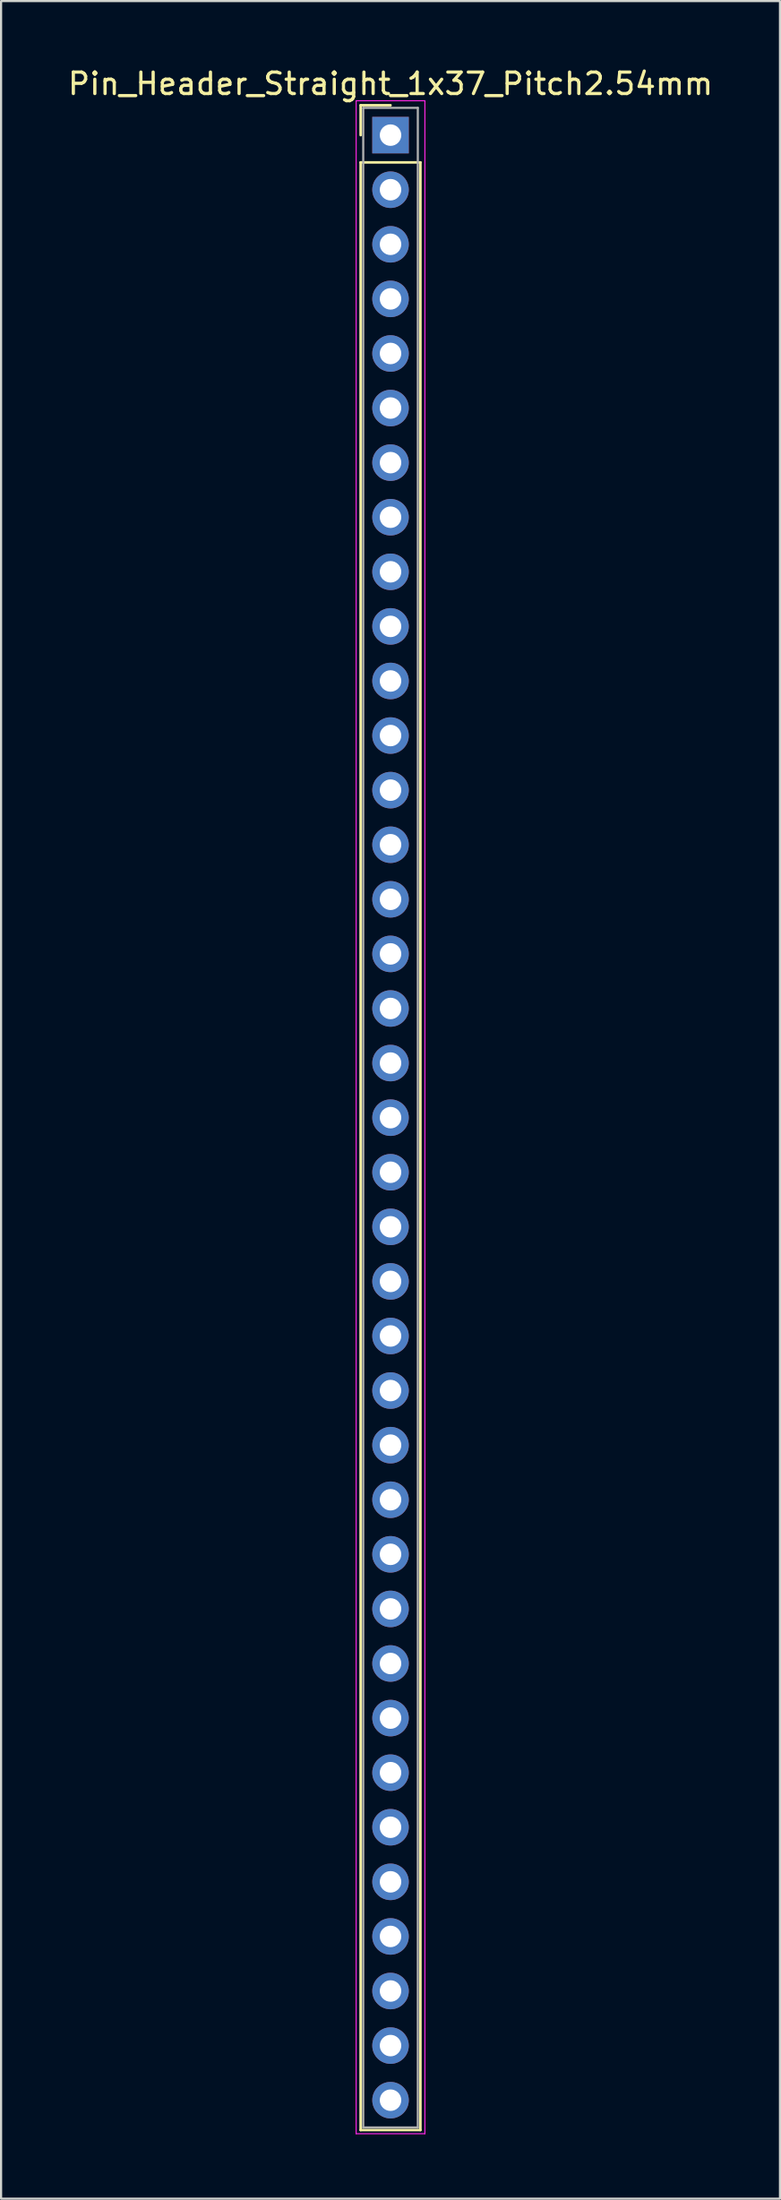
<source format=kicad_pcb>
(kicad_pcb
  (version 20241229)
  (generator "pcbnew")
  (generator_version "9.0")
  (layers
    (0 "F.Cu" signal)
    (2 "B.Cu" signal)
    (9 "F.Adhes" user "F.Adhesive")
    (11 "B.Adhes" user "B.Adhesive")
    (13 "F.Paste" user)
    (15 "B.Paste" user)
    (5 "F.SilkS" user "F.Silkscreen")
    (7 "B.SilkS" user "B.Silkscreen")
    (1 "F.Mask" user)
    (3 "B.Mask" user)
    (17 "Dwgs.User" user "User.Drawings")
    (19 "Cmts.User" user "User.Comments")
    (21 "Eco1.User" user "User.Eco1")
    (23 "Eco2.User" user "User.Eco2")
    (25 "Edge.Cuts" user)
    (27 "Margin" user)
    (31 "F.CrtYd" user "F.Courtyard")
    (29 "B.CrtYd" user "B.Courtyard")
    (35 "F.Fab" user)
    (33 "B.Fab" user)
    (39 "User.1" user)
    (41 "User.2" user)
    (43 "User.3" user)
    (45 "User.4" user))
  (footprint "Pin_Header_Straight_1x37_Pitch2.54mm"
    (layer "F.Cu")
    (at 15.125 3.238)
    (property "Reference" "Pin_Header_Straight_1x37_Pitch2.54mm" (at 0 -2.39 0) (layer "F.SilkS") (effects (font (size 1 1) (thickness 0.15))))
    (attr through_hole)
    (fp_line (start -1.39 -1.39) (end 0 -1.39) (stroke (width 0.12) (type solid)) (layer "F.SilkS"))
    (fp_line (start -1.39 0) (end -1.39 -1.39) (stroke (width 0.12) (type solid)) (layer "F.SilkS"))
    (fp_line (start -1.39 1.27) (end -1.39 92.83) (stroke (width 0.12) (type solid)) (layer "F.SilkS"))
    (fp_line (start -1.39 92.83) (end 1.39 92.83) (stroke (width 0.12) (type solid)) (layer "F.SilkS"))
    (fp_line (start 1.39 1.27) (end -1.39 1.27) (stroke (width 0.12) (type solid)) (layer "F.SilkS"))
    (fp_line (start 1.39 92.83) (end 1.39 1.27) (stroke (width 0.12) (type solid)) (layer "F.SilkS"))
    (fp_line (start -1.6 -1.6) (end -1.6 93) (stroke (width 0.05) (type solid)) (layer "F.CrtYd"))
    (fp_line (start -1.6 93) (end 1.6 93) (stroke (width 0.05) (type solid)) (layer "F.CrtYd"))
    (fp_line (start 1.6 -1.6) (end -1.6 -1.6) (stroke (width 0.05) (type solid)) (layer "F.CrtYd"))
    (fp_line (start 1.6 93) (end 1.6 -1.6) (stroke (width 0.05) (type solid)) (layer "F.CrtYd"))
    (fp_line (start -1.27 -1.27) (end -1.27 92.71) (stroke (width 0.1) (type solid)) (layer "F.Fab"))
    (fp_line (start -1.27 92.71) (end 1.27 92.71) (stroke (width 0.1) (type solid)) (layer "F.Fab"))
    (fp_line (start 1.27 -1.27) (end -1.27 -1.27) (stroke (width 0.1) (type solid)) (layer "F.Fab"))
    (fp_line (start 1.27 92.71) (end 1.27 -1.27) (stroke (width 0.1) (type solid)) (layer "F.Fab"))
    (pad "1" thru_hole rect (at 0 0) (size 1.7 1.7) (drill 1) (layers "*.Cu" "*.Mask"))
    (pad "2" thru_hole oval (at 0 2.54) (size 1.7 1.7) (drill 1) (layers "*.Cu" "*.Mask"))
    (pad "3" thru_hole oval (at 0 5.08) (size 1.7 1.7) (drill 1) (layers "*.Cu" "*.Mask"))
    (pad "4" thru_hole oval (at 0 7.62) (size 1.7 1.7) (drill 1) (layers "*.Cu" "*.Mask"))
    (pad "5" thru_hole oval (at 0 10.16) (size 1.7 1.7) (drill 1) (layers "*.Cu" "*.Mask"))
    (pad "6" thru_hole oval (at 0 12.7) (size 1.7 1.7) (drill 1) (layers "*.Cu" "*.Mask"))
    (pad "7" thru_hole oval (at 0 15.24) (size 1.7 1.7) (drill 1) (layers "*.Cu" "*.Mask"))
    (pad "8" thru_hole oval (at 0 17.78) (size 1.7 1.7) (drill 1) (layers "*.Cu" "*.Mask"))
    (pad "9" thru_hole oval (at 0 20.32) (size 1.7 1.7) (drill 1) (layers "*.Cu" "*.Mask"))
    (pad "10" thru_hole oval (at 0 22.86) (size 1.7 1.7) (drill 1) (layers "*.Cu" "*.Mask"))
    (pad "11" thru_hole oval (at 0 25.4) (size 1.7 1.7) (drill 1) (layers "*.Cu" "*.Mask"))
    (pad "12" thru_hole oval (at 0 27.94) (size 1.7 1.7) (drill 1) (layers "*.Cu" "*.Mask"))
    (pad "13" thru_hole oval (at 0 30.48) (size 1.7 1.7) (drill 1) (layers "*.Cu" "*.Mask"))
    (pad "14" thru_hole oval (at 0 33.02) (size 1.7 1.7) (drill 1) (layers "*.Cu" "*.Mask"))
    (pad "15" thru_hole oval (at 0 35.56) (size 1.7 1.7) (drill 1) (layers "*.Cu" "*.Mask"))
    (pad "16" thru_hole oval (at 0 38.1) (size 1.7 1.7) (drill 1) (layers "*.Cu" "*.Mask"))
    (pad "17" thru_hole oval (at 0 40.64) (size 1.7 1.7) (drill 1) (layers "*.Cu" "*.Mask"))
    (pad "18" thru_hole oval (at 0 43.18) (size 1.7 1.7) (drill 1) (layers "*.Cu" "*.Mask"))
    (pad "19" thru_hole oval (at 0 45.72) (size 1.7 1.7) (drill 1) (layers "*.Cu" "*.Mask"))
    (pad "20" thru_hole oval (at 0 48.26) (size 1.7 1.7) (drill 1) (layers "*.Cu" "*.Mask"))
    (pad "21" thru_hole oval (at 0 50.8) (size 1.7 1.7) (drill 1) (layers "*.Cu" "*.Mask"))
    (pad "22" thru_hole oval (at 0 53.34) (size 1.7 1.7) (drill 1) (layers "*.Cu" "*.Mask"))
    (pad "23" thru_hole oval (at 0 55.88) (size 1.7 1.7) (drill 1) (layers "*.Cu" "*.Mask"))
    (pad "24" thru_hole oval (at 0 58.42) (size 1.7 1.7) (drill 1) (layers "*.Cu" "*.Mask"))
    (pad "25" thru_hole oval (at 0 60.96) (size 1.7 1.7) (drill 1) (layers "*.Cu" "*.Mask"))
    (pad "26" thru_hole oval (at 0 63.5) (size 1.7 1.7) (drill 1) (layers "*.Cu" "*.Mask"))
    (pad "27" thru_hole oval (at 0 66.04) (size 1.7 1.7) (drill 1) (layers "*.Cu" "*.Mask"))
    (pad "28" thru_hole oval (at 0 68.58) (size 1.7 1.7) (drill 1) (layers "*.Cu" "*.Mask"))
    (pad "29" thru_hole oval (at 0 71.12) (size 1.7 1.7) (drill 1) (layers "*.Cu" "*.Mask"))
    (pad "30" thru_hole oval (at 0 73.66) (size 1.7 1.7) (drill 1) (layers "*.Cu" "*.Mask"))
    (pad "31" thru_hole oval (at 0 76.2) (size 1.7 1.7) (drill 1) (layers "*.Cu" "*.Mask"))
    (pad "32" thru_hole oval (at 0 78.74) (size 1.7 1.7) (drill 1) (layers "*.Cu" "*.Mask"))
    (pad "33" thru_hole oval (at 0 81.28) (size 1.7 1.7) (drill 1) (layers "*.Cu" "*.Mask"))
    (pad "34" thru_hole oval (at 0 83.82) (size 1.7 1.7) (drill 1) (layers "*.Cu" "*.Mask"))
    (pad "35" thru_hole oval (at 0 86.36) (size 1.7 1.7) (drill 1) (layers "*.Cu" "*.Mask"))
    (pad "36" thru_hole oval (at 0 88.9) (size 1.7 1.7) (drill 1) (layers "*.Cu" "*.Mask"))
    (pad "37" thru_hole oval (at 0 91.44) (size 1.7 1.7) (drill 1) (layers "*.Cu" "*.Mask")))
  (gr_rect
    (start -3 -3)
    (end 33.25 99.263)
    (stroke (width 0.1) (type default))
    (fill no)
    (layer "Edge.Cuts")))
</source>
